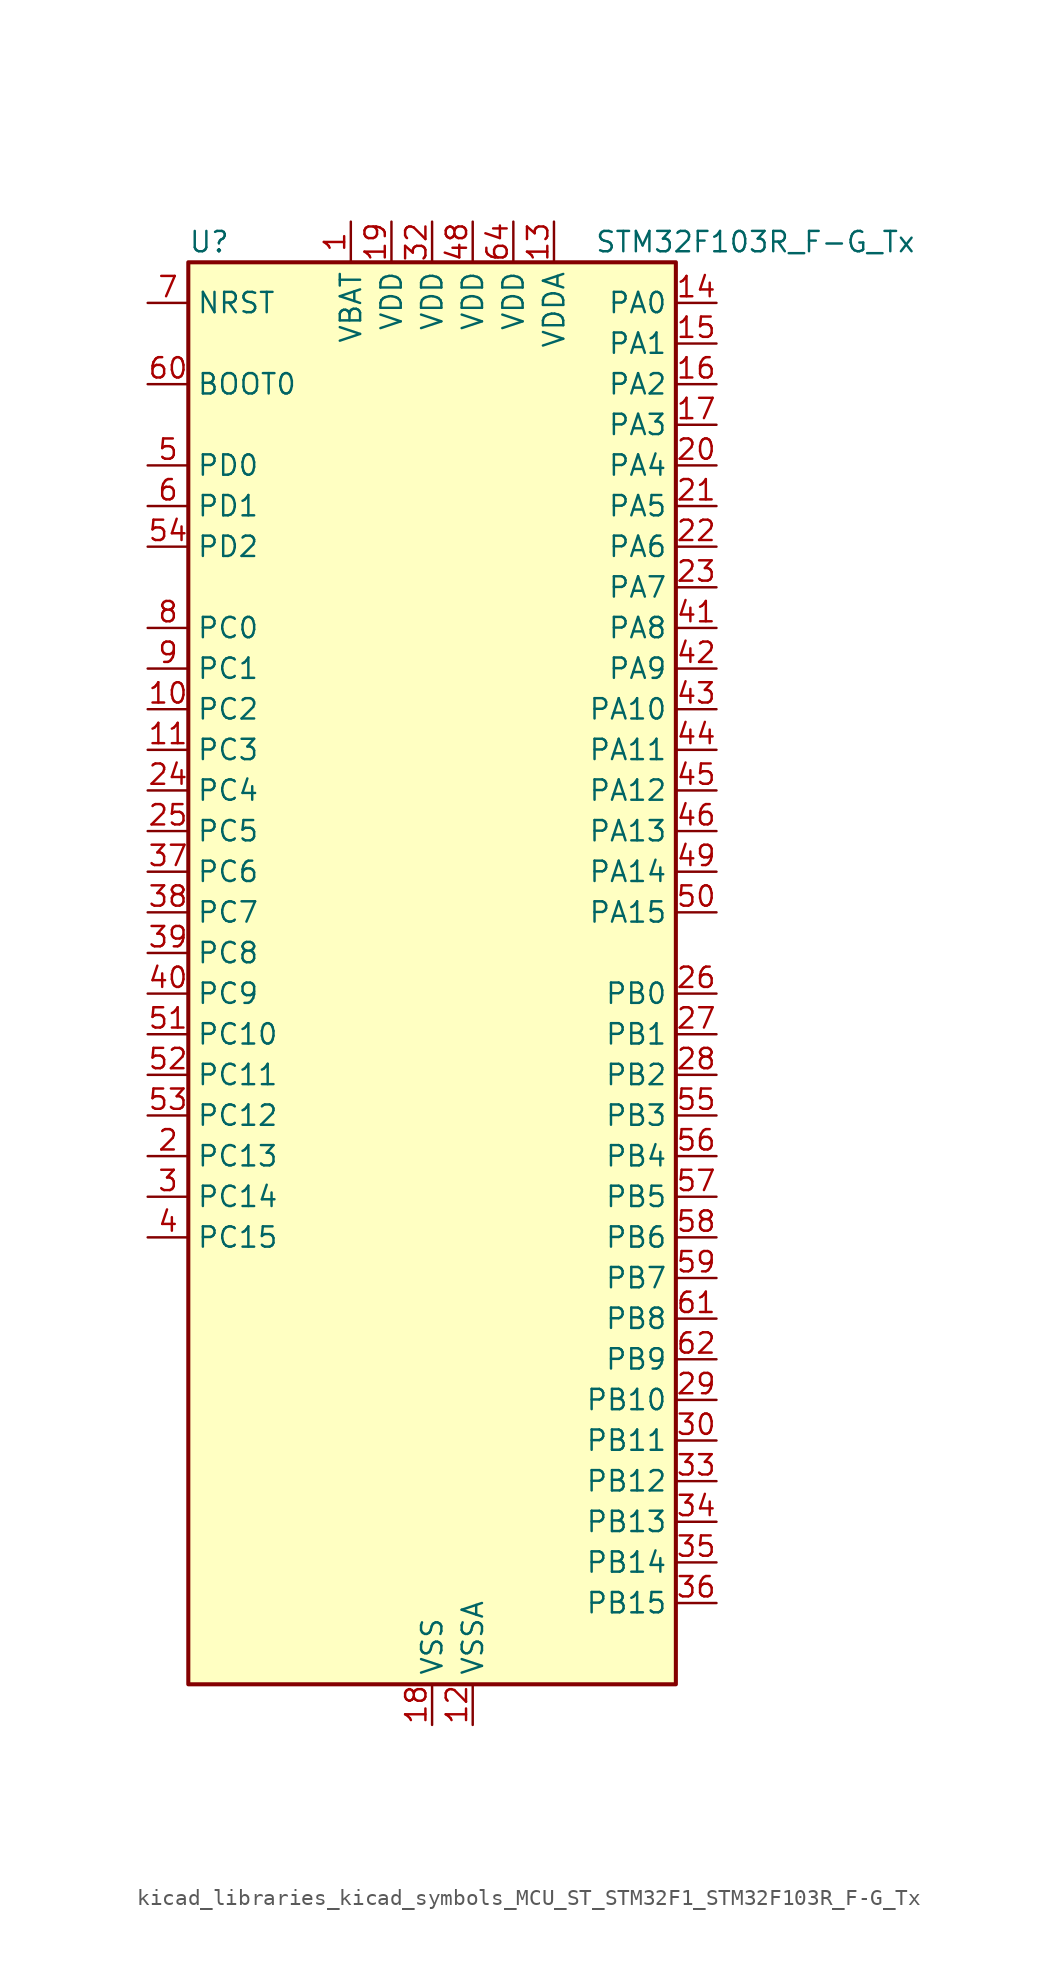
<source format=kicad_sym>
(kicad_symbol_lib
  (version 20220914)
  (generator kicad_symbol_editor)
  (symbol "kicad_libraries_kicad_symbols_MCU_ST_STM32F1_STM32F103R_F-G_Tx"
    (property "Reference" "U"
      (at -15.24 46.99 0)
      (effects (font (size 1.27 1.27)) (justify left)))
    (property "Value" "STM32F103R_F-G_Tx"
      (at 10.16 46.99 0)
      (effects (font (size 1.27 1.27)) (justify left)))
    (property "ki_locked" ""
      (at 0 0 0)
      (effects (font (size 1.27 1.27))))
    (symbol "kicad_libraries_kicad_symbols_MCU_ST_STM32F1_STM32F103R_F-G_Tx_0_1"
      (rectangle (start -15.24 -43.18) (end 15.24 45.72) (stroke (width 0.254) (type default)) (fill (type background))))
    (symbol "kicad_libraries_kicad_symbols_MCU_ST_STM32F1_STM32F103R_F-G_Tx_1_1"
      (pin power_in line (at -5.08 48.26 270) (length 2.54) (name "VBAT" (effects (font (size 1.27 1.27)))) (number "1" (effects (font (size 1.27 1.27)))))
      (pin bidirectional line (at -17.78 17.78 0) (length 2.54) (name "PC2" (effects (font (size 1.27 1.27)))) (number "10" (effects (font (size 1.27 1.27)))) (alternate "ADC1_IN12" bidirectional line) (alternate "ADC2_IN12" bidirectional line) (alternate "ADC3_IN12" bidirectional line))
      (pin bidirectional line (at -17.78 15.24 0) (length 2.54) (name "PC3" (effects (font (size 1.27 1.27)))) (number "11" (effects (font (size 1.27 1.27)))) (alternate "ADC1_IN13" bidirectional line) (alternate "ADC2_IN13" bidirectional line) (alternate "ADC3_IN13" bidirectional line))
      (pin power_in line (at 2.54 -45.72 90) (length 2.54) (name "VSSA" (effects (font (size 1.27 1.27)))) (number "12" (effects (font (size 1.27 1.27)))))
      (pin power_in line (at 7.62 48.26 270) (length 2.54) (name "VDDA" (effects (font (size 1.27 1.27)))) (number "13" (effects (font (size 1.27 1.27)))))
      (pin bidirectional line (at 17.78 43.18 180) (length 2.54) (name "PA0" (effects (font (size 1.27 1.27)))) (number "14" (effects (font (size 1.27 1.27)))) (alternate "ADC1_IN0" bidirectional line) (alternate "ADC2_IN0" bidirectional line) (alternate "ADC3_IN0" bidirectional line) (alternate "SYS_WKUP" bidirectional line) (alternate "TIM2_CH1" bidirectional line) (alternate "TIM2_ETR" bidirectional line) (alternate "TIM5_CH1" bidirectional line) (alternate "TIM8_ETR" bidirectional line) (alternate "USART2_CTS" bidirectional line))
      (pin bidirectional line (at 17.78 40.64 180) (length 2.54) (name "PA1" (effects (font (size 1.27 1.27)))) (number "15" (effects (font (size 1.27 1.27)))) (alternate "ADC1_IN1" bidirectional line) (alternate "ADC2_IN1" bidirectional line) (alternate "ADC3_IN1" bidirectional line) (alternate "TIM2_CH2" bidirectional line) (alternate "TIM5_CH2" bidirectional line) (alternate "USART2_RTS" bidirectional line))
      (pin bidirectional line (at 17.78 38.1 180) (length 2.54) (name "PA2" (effects (font (size 1.27 1.27)))) (number "16" (effects (font (size 1.27 1.27)))) (alternate "ADC1_IN2" bidirectional line) (alternate "ADC2_IN2" bidirectional line) (alternate "ADC3_IN2" bidirectional line) (alternate "TIM2_CH3" bidirectional line) (alternate "TIM5_CH3" bidirectional line) (alternate "TIM9_CH1" bidirectional line) (alternate "USART2_TX" bidirectional line))
      (pin bidirectional line (at 17.78 35.56 180) (length 2.54) (name "PA3" (effects (font (size 1.27 1.27)))) (number "17" (effects (font (size 1.27 1.27)))) (alternate "ADC1_IN3" bidirectional line) (alternate "ADC2_IN3" bidirectional line) (alternate "ADC3_IN3" bidirectional line) (alternate "TIM2_CH4" bidirectional line) (alternate "TIM5_CH4" bidirectional line) (alternate "TIM9_CH2" bidirectional line) (alternate "USART2_RX" bidirectional line))
      (pin power_in line (at 0 -45.72 90) (length 2.54) (name "VSS" (effects (font (size 1.27 1.27)))) (number "18" (effects (font (size 1.27 1.27)))))
      (pin power_in line (at -2.54 48.26 270) (length 2.54) (name "VDD" (effects (font (size 1.27 1.27)))) (number "19" (effects (font (size 1.27 1.27)))))
      (pin bidirectional line (at -17.78 -10.16 0) (length 2.54) (name "PC13" (effects (font (size 1.27 1.27)))) (number "2" (effects (font (size 1.27 1.27)))) (alternate "RTC_OUT" bidirectional line) (alternate "RTC_TAMPER" bidirectional line))
      (pin bidirectional line (at 17.78 33.02 180) (length 2.54) (name "PA4" (effects (font (size 1.27 1.27)))) (number "20" (effects (font (size 1.27 1.27)))) (alternate "ADC1_IN4" bidirectional line) (alternate "ADC2_IN4" bidirectional line) (alternate "DAC_OUT1" bidirectional line) (alternate "SPI1_NSS" bidirectional line) (alternate "USART2_CK" bidirectional line))
      (pin bidirectional line (at 17.78 30.48 180) (length 2.54) (name "PA5" (effects (font (size 1.27 1.27)))) (number "21" (effects (font (size 1.27 1.27)))) (alternate "ADC1_IN5" bidirectional line) (alternate "ADC2_IN5" bidirectional line) (alternate "DAC_OUT2" bidirectional line) (alternate "SPI1_SCK" bidirectional line))
      (pin bidirectional line (at 17.78 27.94 180) (length 2.54) (name "PA6" (effects (font (size 1.27 1.27)))) (number "22" (effects (font (size 1.27 1.27)))) (alternate "ADC1_IN6" bidirectional line) (alternate "ADC2_IN6" bidirectional line) (alternate "SPI1_MISO" bidirectional line) (alternate "TIM13_CH1" bidirectional line) (alternate "TIM1_BKIN" bidirectional line) (alternate "TIM3_CH1" bidirectional line) (alternate "TIM8_BKIN" bidirectional line))
      (pin bidirectional line (at 17.78 25.4 180) (length 2.54) (name "PA7" (effects (font (size 1.27 1.27)))) (number "23" (effects (font (size 1.27 1.27)))) (alternate "ADC1_IN7" bidirectional line) (alternate "ADC2_IN7" bidirectional line) (alternate "SPI1_MOSI" bidirectional line) (alternate "TIM14_CH1" bidirectional line) (alternate "TIM1_CH1N" bidirectional line) (alternate "TIM3_CH2" bidirectional line) (alternate "TIM8_CH1N" bidirectional line))
      (pin bidirectional line (at -17.78 12.7 0) (length 2.54) (name "PC4" (effects (font (size 1.27 1.27)))) (number "24" (effects (font (size 1.27 1.27)))) (alternate "ADC1_IN14" bidirectional line) (alternate "ADC2_IN14" bidirectional line))
      (pin bidirectional line (at -17.78 10.16 0) (length 2.54) (name "PC5" (effects (font (size 1.27 1.27)))) (number "25" (effects (font (size 1.27 1.27)))) (alternate "ADC1_IN15" bidirectional line) (alternate "ADC2_IN15" bidirectional line))
      (pin bidirectional line (at 17.78 0 180) (length 2.54) (name "PB0" (effects (font (size 1.27 1.27)))) (number "26" (effects (font (size 1.27 1.27)))) (alternate "ADC1_IN8" bidirectional line) (alternate "ADC2_IN8" bidirectional line) (alternate "TIM1_CH2N" bidirectional line) (alternate "TIM3_CH3" bidirectional line) (alternate "TIM8_CH2N" bidirectional line))
      (pin bidirectional line (at 17.78 -2.54 180) (length 2.54) (name "PB1" (effects (font (size 1.27 1.27)))) (number "27" (effects (font (size 1.27 1.27)))) (alternate "ADC1_IN9" bidirectional line) (alternate "ADC2_IN9" bidirectional line) (alternate "TIM1_CH3N" bidirectional line) (alternate "TIM3_CH4" bidirectional line) (alternate "TIM8_CH3N" bidirectional line))
      (pin bidirectional line (at 17.78 -5.08 180) (length 2.54) (name "PB2" (effects (font (size 1.27 1.27)))) (number "28" (effects (font (size 1.27 1.27)))))
      (pin bidirectional line (at 17.78 -25.4 180) (length 2.54) (name "PB10" (effects (font (size 1.27 1.27)))) (number "29" (effects (font (size 1.27 1.27)))) (alternate "I2C2_SCL" bidirectional line) (alternate "TIM2_CH3" bidirectional line) (alternate "USART3_TX" bidirectional line))
      (pin bidirectional line (at -17.78 -12.7 0) (length 2.54) (name "PC14" (effects (font (size 1.27 1.27)))) (number "3" (effects (font (size 1.27 1.27)))) (alternate "RCC_OSC32_IN" bidirectional line))
      (pin bidirectional line (at 17.78 -27.94 180) (length 2.54) (name "PB11" (effects (font (size 1.27 1.27)))) (number "30" (effects (font (size 1.27 1.27)))) (alternate "ADC1_EXTI11" bidirectional line) (alternate "ADC2_EXTI11" bidirectional line) (alternate "I2C2_SDA" bidirectional line) (alternate "TIM2_CH4" bidirectional line) (alternate "USART3_RX" bidirectional line))
      (pin passive line (at 0 -45.72 90) (length 2.54) hide (name "VSS" (effects (font (size 1.27 1.27)))) (number "31" (effects (font (size 1.27 1.27)))))
      (pin power_in line (at 0 48.26 270) (length 2.54) (name "VDD" (effects (font (size 1.27 1.27)))) (number "32" (effects (font (size 1.27 1.27)))))
      (pin bidirectional line (at 17.78 -30.48 180) (length 2.54) (name "PB12" (effects (font (size 1.27 1.27)))) (number "33" (effects (font (size 1.27 1.27)))) (alternate "I2C2_SMBA" bidirectional line) (alternate "I2S2_WS" bidirectional line) (alternate "SPI2_NSS" bidirectional line) (alternate "TIM1_BKIN" bidirectional line) (alternate "USART3_CK" bidirectional line))
      (pin bidirectional line (at 17.78 -33.02 180) (length 2.54) (name "PB13" (effects (font (size 1.27 1.27)))) (number "34" (effects (font (size 1.27 1.27)))) (alternate "I2S2_CK" bidirectional line) (alternate "SPI2_SCK" bidirectional line) (alternate "TIM1_CH1N" bidirectional line) (alternate "USART3_CTS" bidirectional line))
      (pin bidirectional line (at 17.78 -35.56 180) (length 2.54) (name "PB14" (effects (font (size 1.27 1.27)))) (number "35" (effects (font (size 1.27 1.27)))) (alternate "SPI2_MISO" bidirectional line) (alternate "TIM12_CH1" bidirectional line) (alternate "TIM1_CH2N" bidirectional line) (alternate "USART3_RTS" bidirectional line))
      (pin bidirectional line (at 17.78 -38.1 180) (length 2.54) (name "PB15" (effects (font (size 1.27 1.27)))) (number "36" (effects (font (size 1.27 1.27)))) (alternate "ADC1_EXTI15" bidirectional line) (alternate "ADC2_EXTI15" bidirectional line) (alternate "I2S2_SD" bidirectional line) (alternate "SPI2_MOSI" bidirectional line) (alternate "TIM12_CH2" bidirectional line) (alternate "TIM1_CH3N" bidirectional line))
      (pin bidirectional line (at -17.78 7.62 0) (length 2.54) (name "PC6" (effects (font (size 1.27 1.27)))) (number "37" (effects (font (size 1.27 1.27)))) (alternate "I2S2_MCK" bidirectional line) (alternate "SDIO_D6" bidirectional line) (alternate "TIM3_CH1" bidirectional line) (alternate "TIM8_CH1" bidirectional line))
      (pin bidirectional line (at -17.78 5.08 0) (length 2.54) (name "PC7" (effects (font (size 1.27 1.27)))) (number "38" (effects (font (size 1.27 1.27)))) (alternate "I2S3_MCK" bidirectional line) (alternate "SDIO_D7" bidirectional line) (alternate "TIM3_CH2" bidirectional line) (alternate "TIM8_CH2" bidirectional line))
      (pin bidirectional line (at -17.78 2.54 0) (length 2.54) (name "PC8" (effects (font (size 1.27 1.27)))) (number "39" (effects (font (size 1.27 1.27)))) (alternate "SDIO_D0" bidirectional line) (alternate "TIM3_CH3" bidirectional line) (alternate "TIM8_CH3" bidirectional line))
      (pin bidirectional line (at -17.78 -15.24 0) (length 2.54) (name "PC15" (effects (font (size 1.27 1.27)))) (number "4" (effects (font (size 1.27 1.27)))) (alternate "ADC1_EXTI15" bidirectional line) (alternate "ADC2_EXTI15" bidirectional line) (alternate "RCC_OSC32_OUT" bidirectional line))
      (pin bidirectional line (at -17.78 0 0) (length 2.54) (name "PC9" (effects (font (size 1.27 1.27)))) (number "40" (effects (font (size 1.27 1.27)))) (alternate "DAC_EXTI9" bidirectional line) (alternate "SDIO_D1" bidirectional line) (alternate "TIM3_CH4" bidirectional line) (alternate "TIM8_CH4" bidirectional line))
      (pin bidirectional line (at 17.78 22.86 180) (length 2.54) (name "PA8" (effects (font (size 1.27 1.27)))) (number "41" (effects (font (size 1.27 1.27)))) (alternate "RCC_MCO" bidirectional line) (alternate "TIM1_CH1" bidirectional line) (alternate "USART1_CK" bidirectional line))
      (pin bidirectional line (at 17.78 20.32 180) (length 2.54) (name "PA9" (effects (font (size 1.27 1.27)))) (number "42" (effects (font (size 1.27 1.27)))) (alternate "DAC_EXTI9" bidirectional line) (alternate "TIM1_CH2" bidirectional line) (alternate "USART1_TX" bidirectional line))
      (pin bidirectional line (at 17.78 17.78 180) (length 2.54) (name "PA10" (effects (font (size 1.27 1.27)))) (number "43" (effects (font (size 1.27 1.27)))) (alternate "TIM1_CH3" bidirectional line) (alternate "USART1_RX" bidirectional line))
      (pin bidirectional line (at 17.78 15.24 180) (length 2.54) (name "PA11" (effects (font (size 1.27 1.27)))) (number "44" (effects (font (size 1.27 1.27)))) (alternate "ADC1_EXTI11" bidirectional line) (alternate "ADC2_EXTI11" bidirectional line) (alternate "CAN_RX" bidirectional line) (alternate "TIM1_CH4" bidirectional line) (alternate "USART1_CTS" bidirectional line) (alternate "USB_DM" bidirectional line))
      (pin bidirectional line (at 17.78 12.7 180) (length 2.54) (name "PA12" (effects (font (size 1.27 1.27)))) (number "45" (effects (font (size 1.27 1.27)))) (alternate "CAN_TX" bidirectional line) (alternate "TIM1_ETR" bidirectional line) (alternate "USART1_RTS" bidirectional line) (alternate "USB_DP" bidirectional line))
      (pin bidirectional line (at 17.78 10.16 180) (length 2.54) (name "PA13" (effects (font (size 1.27 1.27)))) (number "46" (effects (font (size 1.27 1.27)))) (alternate "SYS_JTMS-SWDIO" bidirectional line))
      (pin passive line (at 0 -45.72 90) (length 2.54) hide (name "VSS" (effects (font (size 1.27 1.27)))) (number "47" (effects (font (size 1.27 1.27)))))
      (pin power_in line (at 2.54 48.26 270) (length 2.54) (name "VDD" (effects (font (size 1.27 1.27)))) (number "48" (effects (font (size 1.27 1.27)))))
      (pin bidirectional line (at 17.78 7.62 180) (length 2.54) (name "PA14" (effects (font (size 1.27 1.27)))) (number "49" (effects (font (size 1.27 1.27)))) (alternate "SYS_JTCK-SWCLK" bidirectional line))
      (pin bidirectional line (at -17.78 33.02 0) (length 2.54) (name "PD0" (effects (font (size 1.27 1.27)))) (number "5" (effects (font (size 1.27 1.27)))) (alternate "RCC_OSC_IN" bidirectional line))
      (pin bidirectional line (at 17.78 5.08 180) (length 2.54) (name "PA15" (effects (font (size 1.27 1.27)))) (number "50" (effects (font (size 1.27 1.27)))) (alternate "ADC1_EXTI15" bidirectional line) (alternate "ADC2_EXTI15" bidirectional line) (alternate "I2S3_WS" bidirectional line) (alternate "SPI1_NSS" bidirectional line) (alternate "SPI3_NSS" bidirectional line) (alternate "SYS_JTDI" bidirectional line) (alternate "TIM2_CH1" bidirectional line) (alternate "TIM2_ETR" bidirectional line))
      (pin bidirectional line (at -17.78 -2.54 0) (length 2.54) (name "PC10" (effects (font (size 1.27 1.27)))) (number "51" (effects (font (size 1.27 1.27)))) (alternate "SDIO_D2" bidirectional line) (alternate "UART4_TX" bidirectional line) (alternate "USART3_TX" bidirectional line))
      (pin bidirectional line (at -17.78 -5.08 0) (length 2.54) (name "PC11" (effects (font (size 1.27 1.27)))) (number "52" (effects (font (size 1.27 1.27)))) (alternate "ADC1_EXTI11" bidirectional line) (alternate "ADC2_EXTI11" bidirectional line) (alternate "SDIO_D3" bidirectional line) (alternate "UART4_RX" bidirectional line) (alternate "USART3_RX" bidirectional line))
      (pin bidirectional line (at -17.78 -7.62 0) (length 2.54) (name "PC12" (effects (font (size 1.27 1.27)))) (number "53" (effects (font (size 1.27 1.27)))) (alternate "SDIO_CK" bidirectional line) (alternate "UART5_TX" bidirectional line) (alternate "USART3_CK" bidirectional line))
      (pin bidirectional line (at -17.78 27.94 0) (length 2.54) (name "PD2" (effects (font (size 1.27 1.27)))) (number "54" (effects (font (size 1.27 1.27)))) (alternate "SDIO_CMD" bidirectional line) (alternate "TIM3_ETR" bidirectional line) (alternate "UART5_RX" bidirectional line))
      (pin bidirectional line (at 17.78 -7.62 180) (length 2.54) (name "PB3" (effects (font (size 1.27 1.27)))) (number "55" (effects (font (size 1.27 1.27)))) (alternate "I2S3_CK" bidirectional line) (alternate "SPI1_SCK" bidirectional line) (alternate "SPI3_SCK" bidirectional line) (alternate "SYS_JTDO-TRACESWO" bidirectional line) (alternate "TIM2_CH2" bidirectional line))
      (pin bidirectional line (at 17.78 -10.16 180) (length 2.54) (name "PB4" (effects (font (size 1.27 1.27)))) (number "56" (effects (font (size 1.27 1.27)))) (alternate "SPI1_MISO" bidirectional line) (alternate "SPI3_MISO" bidirectional line) (alternate "SYS_NJTRST" bidirectional line) (alternate "TIM3_CH1" bidirectional line))
      (pin bidirectional line (at 17.78 -12.7 180) (length 2.54) (name "PB5" (effects (font (size 1.27 1.27)))) (number "57" (effects (font (size 1.27 1.27)))) (alternate "I2C1_SMBA" bidirectional line) (alternate "I2S3_SD" bidirectional line) (alternate "SPI1_MOSI" bidirectional line) (alternate "SPI3_MOSI" bidirectional line) (alternate "TIM3_CH2" bidirectional line))
      (pin bidirectional line (at 17.78 -15.24 180) (length 2.54) (name "PB6" (effects (font (size 1.27 1.27)))) (number "58" (effects (font (size 1.27 1.27)))) (alternate "I2C1_SCL" bidirectional line) (alternate "TIM4_CH1" bidirectional line) (alternate "USART1_TX" bidirectional line))
      (pin bidirectional line (at 17.78 -17.78 180) (length 2.54) (name "PB7" (effects (font (size 1.27 1.27)))) (number "59" (effects (font (size 1.27 1.27)))) (alternate "I2C1_SDA" bidirectional line) (alternate "TIM4_CH2" bidirectional line) (alternate "USART1_RX" bidirectional line))
      (pin bidirectional line (at -17.78 30.48 0) (length 2.54) (name "PD1" (effects (font (size 1.27 1.27)))) (number "6" (effects (font (size 1.27 1.27)))) (alternate "RCC_OSC_OUT" bidirectional line))
      (pin input line (at -17.78 38.1 0) (length 2.54) (name "BOOT0" (effects (font (size 1.27 1.27)))) (number "60" (effects (font (size 1.27 1.27)))))
      (pin bidirectional line (at 17.78 -20.32 180) (length 2.54) (name "PB8" (effects (font (size 1.27 1.27)))) (number "61" (effects (font (size 1.27 1.27)))) (alternate "CAN_RX" bidirectional line) (alternate "I2C1_SCL" bidirectional line) (alternate "SDIO_D4" bidirectional line) (alternate "TIM10_CH1" bidirectional line) (alternate "TIM4_CH3" bidirectional line))
      (pin bidirectional line (at 17.78 -22.86 180) (length 2.54) (name "PB9" (effects (font (size 1.27 1.27)))) (number "62" (effects (font (size 1.27 1.27)))) (alternate "CAN_TX" bidirectional line) (alternate "DAC_EXTI9" bidirectional line) (alternate "I2C1_SDA" bidirectional line) (alternate "SDIO_D5" bidirectional line) (alternate "TIM11_CH1" bidirectional line) (alternate "TIM4_CH4" bidirectional line))
      (pin passive line (at 0 -45.72 90) (length 2.54) hide (name "VSS" (effects (font (size 1.27 1.27)))) (number "63" (effects (font (size 1.27 1.27)))))
      (pin power_in line (at 5.08 48.26 270) (length 2.54) (name "VDD" (effects (font (size 1.27 1.27)))) (number "64" (effects (font (size 1.27 1.27)))))
      (pin input line (at -17.78 43.18 0) (length 2.54) (name "NRST" (effects (font (size 1.27 1.27)))) (number "7" (effects (font (size 1.27 1.27)))))
      (pin bidirectional line (at -17.78 22.86 0) (length 2.54) (name "PC0" (effects (font (size 1.27 1.27)))) (number "8" (effects (font (size 1.27 1.27)))) (alternate "ADC1_IN10" bidirectional line) (alternate "ADC2_IN10" bidirectional line) (alternate "ADC3_IN10" bidirectional line))
      (pin bidirectional line (at -17.78 20.32 0) (length 2.54) (name "PC1" (effects (font (size 1.27 1.27)))) (number "9" (effects (font (size 1.27 1.27)))) (alternate "ADC1_IN11" bidirectional line) (alternate "ADC2_IN11" bidirectional line) (alternate "ADC3_IN11" bidirectional line)))))
</source>
